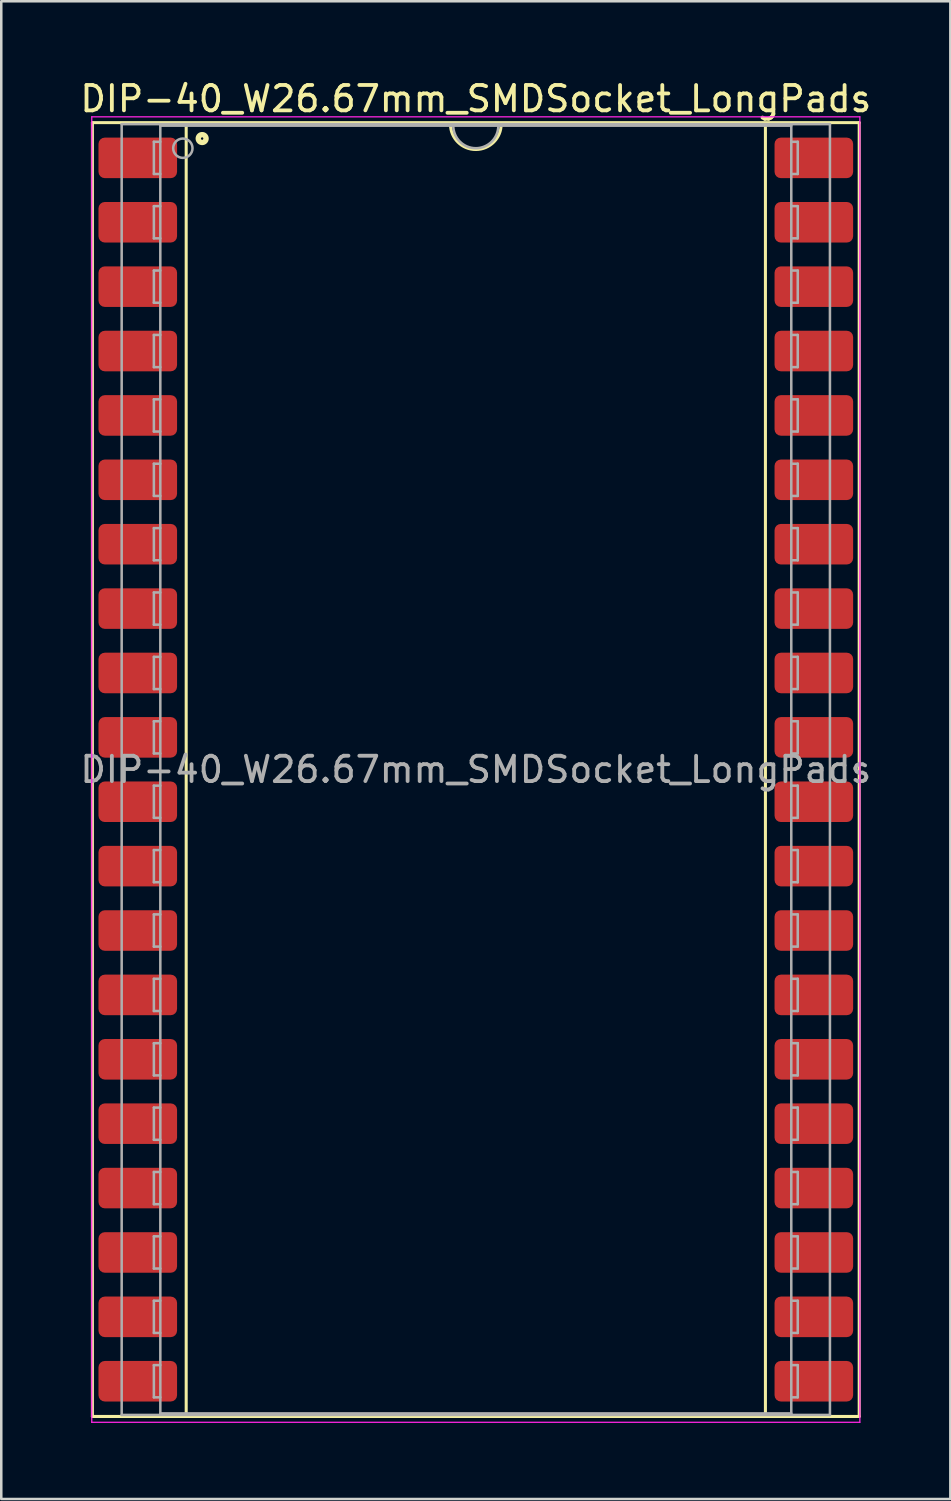
<source format=kicad_pcb>
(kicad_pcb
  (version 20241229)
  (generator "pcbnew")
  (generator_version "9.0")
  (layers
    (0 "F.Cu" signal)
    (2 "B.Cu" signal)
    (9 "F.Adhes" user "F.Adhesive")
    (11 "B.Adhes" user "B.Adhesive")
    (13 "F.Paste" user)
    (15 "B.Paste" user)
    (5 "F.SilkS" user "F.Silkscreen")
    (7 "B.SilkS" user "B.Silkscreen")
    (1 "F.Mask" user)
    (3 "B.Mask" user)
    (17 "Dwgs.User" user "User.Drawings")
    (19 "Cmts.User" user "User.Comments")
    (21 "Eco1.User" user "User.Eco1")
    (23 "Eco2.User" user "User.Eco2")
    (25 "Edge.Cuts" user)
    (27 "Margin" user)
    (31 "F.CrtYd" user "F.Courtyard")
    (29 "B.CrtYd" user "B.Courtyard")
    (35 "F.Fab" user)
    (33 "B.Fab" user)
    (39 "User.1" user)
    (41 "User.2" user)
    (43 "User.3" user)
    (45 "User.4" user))
  (footprint "DIP-40_W26.67mm_SMDSocket_LongPads"
    (layer "F.Cu")
    (at 15.72 27.308)
    (property "Reference" "DIP-40_W26.67mm_SMDSocket_LongPads" (at 0 -26.46 0) (layer "F.SilkS") (effects (font (size 1 1) (thickness 0.15))))
    (attr smd)
    (fp_line (start -15.125 -25.52) (end -15.125 25.52) (stroke (width 0.12) (type solid)) (layer "F.SilkS"))
    (fp_line (start -15.125 25.52) (end 15.125 25.52) (stroke (width 0.12) (type solid)) (layer "F.SilkS"))
    (fp_line (start -11.425 -25.46) (end -11.425 25.46) (stroke (width 0.12) (type solid)) (layer "F.SilkS"))
    (fp_line (start -11.425 25.46) (end 11.425 25.46) (stroke (width 0.12) (type solid)) (layer "F.SilkS"))
    (fp_line (start -1 -25.46) (end -11.425 -25.46) (stroke (width 0.12) (type solid)) (layer "F.SilkS"))
    (fp_line (start 11.425 -25.46) (end 1 -25.46) (stroke (width 0.12) (type solid)) (layer "F.SilkS"))
    (fp_line (start 11.425 25.46) (end 11.425 -25.46) (stroke (width 0.12) (type solid)) (layer "F.SilkS"))
    (fp_line (start 15.125 -25.52) (end -15.125 -25.52) (stroke (width 0.12) (type solid)) (layer "F.SilkS"))
    (fp_line (start 15.125 25.52) (end 15.125 -25.52) (stroke (width 0.12) (type solid)) (layer "F.SilkS"))
    (fp_arc (start 1 -25.46) (mid 0 -24.46) (end -1 -25.46) (stroke (width 0.12) (type solid)) (layer "F.SilkS"))
    (fp_circle (center -10.795 -24.892) (end -10.745 -24.892) (stroke (width 0.12) (type solid)) (fill no) (layer "F.SilkS"))
    (fp_circle (center -10.795 -24.892) (end -10.67 -24.892) (stroke (width 0.12) (type solid)) (fill no) (layer "F.SilkS"))
    (fp_circle (center -10.795 -24.892) (end -10.595 -24.892) (stroke (width 0.12) (type solid)) (fill no) (layer "F.SilkS"))
    (fp_line (start -15.15 -25.75) (end -15.15 25.75) (stroke (width 0.05) (type solid)) (layer "F.CrtYd"))
    (fp_line (start -15.15 25.75) (end 15.15 25.75) (stroke (width 0.05) (type solid)) (layer "F.CrtYd"))
    (fp_line (start 15.15 -25.75) (end -15.15 -25.75) (stroke (width 0.05) (type solid)) (layer "F.CrtYd"))
    (fp_line (start 15.15 25.75) (end 15.15 -25.75) (stroke (width 0.05) (type solid)) (layer "F.CrtYd"))
    (fp_line (start -13.97 -25.46) (end -13.97 25.46) (stroke (width 0.1) (type solid)) (layer "F.Fab"))
    (fp_line (start -13.97 25.46) (end 13.97 25.46) (stroke (width 0.1) (type solid)) (layer "F.Fab"))
    (fp_line (start -12.7 -24.765) (end -12.7 -23.495) (stroke (width 0.1) (type solid)) (layer "F.Fab"))
    (fp_line (start -12.7 -24.765) (end -12.446 -24.765) (stroke (width 0.1) (type solid)) (layer "F.Fab"))
    (fp_line (start -12.7 -23.495) (end -12.446 -23.495) (stroke (width 0.1) (type solid)) (layer "F.Fab"))
    (fp_line (start -12.7 -22.225) (end -12.7 -20.955) (stroke (width 0.1) (type solid)) (layer "F.Fab"))
    (fp_line (start -12.7 -22.225) (end -12.446 -22.225) (stroke (width 0.1) (type solid)) (layer "F.Fab"))
    (fp_line (start -12.7 -20.955) (end -12.446 -20.955) (stroke (width 0.1) (type solid)) (layer "F.Fab"))
    (fp_line (start -12.7 -19.685) (end -12.7 -18.415) (stroke (width 0.1) (type solid)) (layer "F.Fab"))
    (fp_line (start -12.7 -19.685) (end -12.446 -19.685) (stroke (width 0.1) (type solid)) (layer "F.Fab"))
    (fp_line (start -12.7 -18.415) (end -12.446 -18.415) (stroke (width 0.1) (type solid)) (layer "F.Fab"))
    (fp_line (start -12.7 -17.145) (end -12.7 -15.875) (stroke (width 0.1) (type solid)) (layer "F.Fab"))
    (fp_line (start -12.7 -17.145) (end -12.446 -17.145) (stroke (width 0.1) (type solid)) (layer "F.Fab"))
    (fp_line (start -12.7 -15.875) (end -12.446 -15.875) (stroke (width 0.1) (type solid)) (layer "F.Fab"))
    (fp_line (start -12.7 -14.605) (end -12.7 -13.335) (stroke (width 0.1) (type solid)) (layer "F.Fab"))
    (fp_line (start -12.7 -14.605) (end -12.446 -14.605) (stroke (width 0.1) (type solid)) (layer "F.Fab"))
    (fp_line (start -12.7 -13.335) (end -12.446 -13.335) (stroke (width 0.1) (type solid)) (layer "F.Fab"))
    (fp_line (start -12.7 -12.065) (end -12.7 -10.795) (stroke (width 0.1) (type solid)) (layer "F.Fab"))
    (fp_line (start -12.7 -12.065) (end -12.446 -12.065) (stroke (width 0.1) (type solid)) (layer "F.Fab"))
    (fp_line (start -12.7 -10.795) (end -12.446 -10.795) (stroke (width 0.1) (type solid)) (layer "F.Fab"))
    (fp_line (start -12.7 -9.525) (end -12.7 -8.255) (stroke (width 0.1) (type solid)) (layer "F.Fab"))
    (fp_line (start -12.7 -9.525) (end -12.446 -9.525) (stroke (width 0.1) (type solid)) (layer "F.Fab"))
    (fp_line (start -12.7 -8.255) (end -12.446 -8.255) (stroke (width 0.1) (type solid)) (layer "F.Fab"))
    (fp_line (start -12.7 -6.985) (end -12.7 -5.715) (stroke (width 0.1) (type solid)) (layer "F.Fab"))
    (fp_line (start -12.7 -6.985) (end -12.446 -6.985) (stroke (width 0.1) (type solid)) (layer "F.Fab"))
    (fp_line (start -12.7 -5.715) (end -12.446 -5.715) (stroke (width 0.1) (type solid)) (layer "F.Fab"))
    (fp_line (start -12.7 -4.445) (end -12.7 -3.175) (stroke (width 0.1) (type solid)) (layer "F.Fab"))
    (fp_line (start -12.7 -4.445) (end -12.446 -4.445) (stroke (width 0.1) (type solid)) (layer "F.Fab"))
    (fp_line (start -12.7 -3.175) (end -12.446 -3.175) (stroke (width 0.1) (type solid)) (layer "F.Fab"))
    (fp_line (start -12.7 -1.905) (end -12.7 -0.635) (stroke (width 0.1) (type solid)) (layer "F.Fab"))
    (fp_line (start -12.7 -1.905) (end -12.446 -1.905) (stroke (width 0.1) (type solid)) (layer "F.Fab"))
    (fp_line (start -12.7 -0.635) (end -12.446 -0.635) (stroke (width 0.1) (type solid)) (layer "F.Fab"))
    (fp_line (start -12.7 0.635) (end -12.7 1.905) (stroke (width 0.1) (type solid)) (layer "F.Fab"))
    (fp_line (start -12.7 0.635) (end -12.446 0.635) (stroke (width 0.1) (type solid)) (layer "F.Fab"))
    (fp_line (start -12.7 1.905) (end -12.446 1.905) (stroke (width 0.1) (type solid)) (layer "F.Fab"))
    (fp_line (start -12.7 3.175) (end -12.7 4.445) (stroke (width 0.1) (type solid)) (layer "F.Fab"))
    (fp_line (start -12.7 3.175) (end -12.446 3.175) (stroke (width 0.1) (type solid)) (layer "F.Fab"))
    (fp_line (start -12.7 4.445) (end -12.446 4.445) (stroke (width 0.1) (type solid)) (layer "F.Fab"))
    (fp_line (start -12.7 5.715) (end -12.7 6.985) (stroke (width 0.1) (type solid)) (layer "F.Fab"))
    (fp_line (start -12.7 5.715) (end -12.446 5.715) (stroke (width 0.1) (type solid)) (layer "F.Fab"))
    (fp_line (start -12.7 6.985) (end -12.446 6.985) (stroke (width 0.1) (type solid)) (layer "F.Fab"))
    (fp_line (start -12.7 8.255) (end -12.7 9.525) (stroke (width 0.1) (type solid)) (layer "F.Fab"))
    (fp_line (start -12.7 8.255) (end -12.446 8.255) (stroke (width 0.1) (type solid)) (layer "F.Fab"))
    (fp_line (start -12.7 9.525) (end -12.446 9.525) (stroke (width 0.1) (type solid)) (layer "F.Fab"))
    (fp_line (start -12.7 10.795) (end -12.7 12.065) (stroke (width 0.1) (type solid)) (layer "F.Fab"))
    (fp_line (start -12.7 10.795) (end -12.446 10.795) (stroke (width 0.1) (type solid)) (layer "F.Fab"))
    (fp_line (start -12.7 12.065) (end -12.446 12.065) (stroke (width 0.1) (type solid)) (layer "F.Fab"))
    (fp_line (start -12.7 13.335) (end -12.7 14.605) (stroke (width 0.1) (type solid)) (layer "F.Fab"))
    (fp_line (start -12.7 13.335) (end -12.446 13.335) (stroke (width 0.1) (type solid)) (layer "F.Fab"))
    (fp_line (start -12.7 14.605) (end -12.446 14.605) (stroke (width 0.1) (type solid)) (layer "F.Fab"))
    (fp_line (start -12.7 15.875) (end -12.7 17.145) (stroke (width 0.1) (type solid)) (layer "F.Fab"))
    (fp_line (start -12.7 15.875) (end -12.446 15.875) (stroke (width 0.1) (type solid)) (layer "F.Fab"))
    (fp_line (start -12.7 17.145) (end -12.446 17.145) (stroke (width 0.1) (type solid)) (layer "F.Fab"))
    (fp_line (start -12.7 18.415) (end -12.7 19.685) (stroke (width 0.1) (type solid)) (layer "F.Fab"))
    (fp_line (start -12.7 18.415) (end -12.446 18.415) (stroke (width 0.1) (type solid)) (layer "F.Fab"))
    (fp_line (start -12.7 19.685) (end -12.446 19.685) (stroke (width 0.1) (type solid)) (layer "F.Fab"))
    (fp_line (start -12.7 20.955) (end -12.7 22.225) (stroke (width 0.1) (type solid)) (layer "F.Fab"))
    (fp_line (start -12.7 20.955) (end -12.446 20.955) (stroke (width 0.1) (type solid)) (layer "F.Fab"))
    (fp_line (start -12.7 22.225) (end -12.446 22.225) (stroke (width 0.1) (type solid)) (layer "F.Fab"))
    (fp_line (start -12.7 23.495) (end -12.7 24.765) (stroke (width 0.1) (type solid)) (layer "F.Fab"))
    (fp_line (start -12.7 23.495) (end -12.446 23.495) (stroke (width 0.1) (type solid)) (layer "F.Fab"))
    (fp_line (start -12.7 24.765) (end -12.446 24.765) (stroke (width 0.1) (type solid)) (layer "F.Fab"))
    (fp_line (start -12.446 -25.4) (end 12.445 -25.4) (stroke (width 0.1) (type solid)) (layer "F.Fab"))
    (fp_line (start -12.445 25.4) (end -12.446 -25.4) (stroke (width 0.1) (type solid)) (layer "F.Fab"))
    (fp_line (start 12.445 -25.4) (end 12.445 25.4) (stroke (width 0.1) (type solid)) (layer "F.Fab"))
    (fp_line (start 12.445 25.4) (end -12.445 25.4) (stroke (width 0.1) (type solid)) (layer "F.Fab"))
    (fp_line (start 12.7 -24.765) (end 12.446 -24.765) (stroke (width 0.1) (type solid)) (layer "F.Fab"))
    (fp_line (start 12.7 -23.495) (end 12.446 -23.495) (stroke (width 0.1) (type solid)) (layer "F.Fab"))
    (fp_line (start 12.7 -23.495) (end 12.7 -24.765) (stroke (width 0.1) (type solid)) (layer "F.Fab"))
    (fp_line (start 12.7 -22.225) (end 12.446 -22.225) (stroke (width 0.1) (type solid)) (layer "F.Fab"))
    (fp_line (start 12.7 -20.955) (end 12.446 -20.955) (stroke (width 0.1) (type solid)) (layer "F.Fab"))
    (fp_line (start 12.7 -20.955) (end 12.7 -22.225) (stroke (width 0.1) (type solid)) (layer "F.Fab"))
    (fp_line (start 12.7 -19.685) (end 12.446 -19.685) (stroke (width 0.1) (type solid)) (layer "F.Fab"))
    (fp_line (start 12.7 -18.415) (end 12.446 -18.415) (stroke (width 0.1) (type solid)) (layer "F.Fab"))
    (fp_line (start 12.7 -18.415) (end 12.7 -19.685) (stroke (width 0.1) (type solid)) (layer "F.Fab"))
    (fp_line (start 12.7 -17.145) (end 12.446 -17.145) (stroke (width 0.1) (type solid)) (layer "F.Fab"))
    (fp_line (start 12.7 -15.875) (end 12.446 -15.875) (stroke (width 0.1) (type solid)) (layer "F.Fab"))
    (fp_line (start 12.7 -15.875) (end 12.7 -17.145) (stroke (width 0.1) (type solid)) (layer "F.Fab"))
    (fp_line (start 12.7 -14.605) (end 12.446 -14.605) (stroke (width 0.1) (type solid)) (layer "F.Fab"))
    (fp_line (start 12.7 -13.335) (end 12.446 -13.335) (stroke (width 0.1) (type solid)) (layer "F.Fab"))
    (fp_line (start 12.7 -13.335) (end 12.7 -14.605) (stroke (width 0.1) (type solid)) (layer "F.Fab"))
    (fp_line (start 12.7 -12.065) (end 12.446 -12.065) (stroke (width 0.1) (type solid)) (layer "F.Fab"))
    (fp_line (start 12.7 -10.795) (end 12.446 -10.795) (stroke (width 0.1) (type solid)) (layer "F.Fab"))
    (fp_line (start 12.7 -10.795) (end 12.7 -12.065) (stroke (width 0.1) (type solid)) (layer "F.Fab"))
    (fp_line (start 12.7 -9.525) (end 12.446 -9.525) (stroke (width 0.1) (type solid)) (layer "F.Fab"))
    (fp_line (start 12.7 -8.255) (end 12.446 -8.255) (stroke (width 0.1) (type solid)) (layer "F.Fab"))
    (fp_line (start 12.7 -8.255) (end 12.7 -9.525) (stroke (width 0.1) (type solid)) (layer "F.Fab"))
    (fp_line (start 12.7 -6.985) (end 12.446 -6.985) (stroke (width 0.1) (type solid)) (layer "F.Fab"))
    (fp_line (start 12.7 -5.715) (end 12.446 -5.715) (stroke (width 0.1) (type solid)) (layer "F.Fab"))
    (fp_line (start 12.7 -5.715) (end 12.7 -6.985) (stroke (width 0.1) (type solid)) (layer "F.Fab"))
    (fp_line (start 12.7 -4.445) (end 12.446 -4.445) (stroke (width 0.1) (type solid)) (layer "F.Fab"))
    (fp_line (start 12.7 -3.175) (end 12.446 -3.175) (stroke (width 0.1) (type solid)) (layer "F.Fab"))
    (fp_line (start 12.7 -3.175) (end 12.7 -4.445) (stroke (width 0.1) (type solid)) (layer "F.Fab"))
    (fp_line (start 12.7 -1.905) (end 12.446 -1.905) (stroke (width 0.1) (type solid)) (layer "F.Fab"))
    (fp_line (start 12.7 -0.635) (end 12.446 -0.635) (stroke (width 0.1) (type solid)) (layer "F.Fab"))
    (fp_line (start 12.7 -0.635) (end 12.7 -1.905) (stroke (width 0.1) (type solid)) (layer "F.Fab"))
    (fp_line (start 12.7 0.635) (end 12.446 0.635) (stroke (width 0.1) (type solid)) (layer "F.Fab"))
    (fp_line (start 12.7 1.905) (end 12.446 1.905) (stroke (width 0.1) (type solid)) (layer "F.Fab"))
    (fp_line (start 12.7 1.905) (end 12.7 0.635) (stroke (width 0.1) (type solid)) (layer "F.Fab"))
    (fp_line (start 12.7 3.175) (end 12.446 3.175) (stroke (width 0.1) (type solid)) (layer "F.Fab"))
    (fp_line (start 12.7 4.445) (end 12.446 4.445) (stroke (width 0.1) (type solid)) (layer "F.Fab"))
    (fp_line (start 12.7 4.445) (end 12.7 3.175) (stroke (width 0.1) (type solid)) (layer "F.Fab"))
    (fp_line (start 12.7 5.715) (end 12.446 5.715) (stroke (width 0.1) (type solid)) (layer "F.Fab"))
    (fp_line (start 12.7 6.985) (end 12.446 6.985) (stroke (width 0.1) (type solid)) (layer "F.Fab"))
    (fp_line (start 12.7 6.985) (end 12.7 5.715) (stroke (width 0.1) (type solid)) (layer "F.Fab"))
    (fp_line (start 12.7 8.255) (end 12.446 8.255) (stroke (width 0.1) (type solid)) (layer "F.Fab"))
    (fp_line (start 12.7 9.525) (end 12.446 9.525) (stroke (width 0.1) (type solid)) (layer "F.Fab"))
    (fp_line (start 12.7 9.525) (end 12.7 8.255) (stroke (width 0.1) (type solid)) (layer "F.Fab"))
    (fp_line (start 12.7 10.795) (end 12.446 10.795) (stroke (width 0.1) (type solid)) (layer "F.Fab"))
    (fp_line (start 12.7 12.065) (end 12.446 12.065) (stroke (width 0.1) (type solid)) (layer "F.Fab"))
    (fp_line (start 12.7 12.065) (end 12.7 10.795) (stroke (width 0.1) (type solid)) (layer "F.Fab"))
    (fp_line (start 12.7 13.335) (end 12.446 13.335) (stroke (width 0.1) (type solid)) (layer "F.Fab"))
    (fp_line (start 12.7 14.605) (end 12.446 14.605) (stroke (width 0.1) (type solid)) (layer "F.Fab"))
    (fp_line (start 12.7 14.605) (end 12.7 13.335) (stroke (width 0.1) (type solid)) (layer "F.Fab"))
    (fp_line (start 12.7 15.875) (end 12.446 15.875) (stroke (width 0.1) (type solid)) (layer "F.Fab"))
    (fp_line (start 12.7 17.145) (end 12.446 17.145) (stroke (width 0.1) (type solid)) (layer "F.Fab"))
    (fp_line (start 12.7 17.145) (end 12.7 15.875) (stroke (width 0.1) (type solid)) (layer "F.Fab"))
    (fp_line (start 12.7 18.415) (end 12.446 18.415) (stroke (width 0.1) (type solid)) (layer "F.Fab"))
    (fp_line (start 12.7 19.685) (end 12.446 19.685) (stroke (width 0.1) (type solid)) (layer "F.Fab"))
    (fp_line (start 12.7 19.685) (end 12.7 18.415) (stroke (width 0.1) (type solid)) (layer "F.Fab"))
    (fp_line (start 12.7 20.955) (end 12.446 20.955) (stroke (width 0.1) (type solid)) (layer "F.Fab"))
    (fp_line (start 12.7 22.225) (end 12.446 22.225) (stroke (width 0.1) (type solid)) (layer "F.Fab"))
    (fp_line (start 12.7 22.225) (end 12.7 20.955) (stroke (width 0.1) (type solid)) (layer "F.Fab"))
    (fp_line (start 12.7 23.495) (end 12.446 23.495) (stroke (width 0.1) (type solid)) (layer "F.Fab"))
    (fp_line (start 12.7 24.765) (end 12.446 24.765) (stroke (width 0.1) (type solid)) (layer "F.Fab"))
    (fp_line (start 12.7 24.765) (end 12.7 23.495) (stroke (width 0.1) (type solid)) (layer "F.Fab"))
    (fp_line (start 13.97 -25.46) (end -13.97 -25.46) (stroke (width 0.1) (type solid)) (layer "F.Fab"))
    (fp_line (start 13.97 25.46) (end 13.97 -25.46) (stroke (width 0.1) (type solid)) (layer "F.Fab"))
    (fp_arc (start 0.889 -25.4) (mid 0 -24.511) (end -0.889 -25.4) (stroke (width 0.1) (type solid)) (layer "F.Fab"))
    (fp_circle (center -11.557 -24.511) (end -11.176 -24.511) (stroke (width 0.1) (type solid)) (fill no) (layer "F.Fab"))
    (fp_text user "${REFERENCE}" (at 0 0 0) (layer "F.Fab") (effects (font (size 1 1) (thickness 0.15))))
    (pad "1" smd roundrect (at -13.335 -24.13) (size 3.1 1.6) (layers "F.Cu" "F.Mask" "F.Paste") (roundrect_rratio 0.156))
    (pad "2" smd roundrect (at -13.335 -21.59) (size 3.1 1.6) (layers "F.Cu" "F.Mask" "F.Paste") (roundrect_rratio 0.156))
    (pad "3" smd roundrect (at -13.335 -19.05) (size 3.1 1.6) (layers "F.Cu" "F.Mask" "F.Paste") (roundrect_rratio 0.156))
    (pad "4" smd roundrect (at -13.335 -16.51) (size 3.1 1.6) (layers "F.Cu" "F.Mask" "F.Paste") (roundrect_rratio 0.156))
    (pad "5" smd roundrect (at -13.335 -13.97) (size 3.1 1.6) (layers "F.Cu" "F.Mask" "F.Paste") (roundrect_rratio 0.156))
    (pad "6" smd roundrect (at -13.335 -11.43) (size 3.1 1.6) (layers "F.Cu" "F.Mask" "F.Paste") (roundrect_rratio 0.156))
    (pad "7" smd roundrect (at -13.335 -8.89) (size 3.1 1.6) (layers "F.Cu" "F.Mask" "F.Paste") (roundrect_rratio 0.156))
    (pad "8" smd roundrect (at -13.335 -6.35) (size 3.1 1.6) (layers "F.Cu" "F.Mask" "F.Paste") (roundrect_rratio 0.156))
    (pad "9" smd roundrect (at -13.335 -3.81) (size 3.1 1.6) (layers "F.Cu" "F.Mask" "F.Paste") (roundrect_rratio 0.156))
    (pad "10" smd roundrect (at -13.335 -1.27) (size 3.1 1.6) (layers "F.Cu" "F.Mask" "F.Paste") (roundrect_rratio 0.156))
    (pad "11" smd roundrect (at -13.335 1.27) (size 3.1 1.6) (layers "F.Cu" "F.Mask" "F.Paste") (roundrect_rratio 0.156))
    (pad "12" smd roundrect (at -13.335 3.81) (size 3.1 1.6) (layers "F.Cu" "F.Mask" "F.Paste") (roundrect_rratio 0.156))
    (pad "13" smd roundrect (at -13.335 6.35) (size 3.1 1.6) (layers "F.Cu" "F.Mask" "F.Paste") (roundrect_rratio 0.156))
    (pad "14" smd roundrect (at -13.335 8.89) (size 3.1 1.6) (layers "F.Cu" "F.Mask" "F.Paste") (roundrect_rratio 0.156))
    (pad "15" smd roundrect (at -13.335 11.43) (size 3.1 1.6) (layers "F.Cu" "F.Mask" "F.Paste") (roundrect_rratio 0.156))
    (pad "16" smd roundrect (at -13.335 13.97) (size 3.1 1.6) (layers "F.Cu" "F.Mask" "F.Paste") (roundrect_rratio 0.156))
    (pad "17" smd roundrect (at -13.335 16.51) (size 3.1 1.6) (layers "F.Cu" "F.Mask" "F.Paste") (roundrect_rratio 0.156))
    (pad "18" smd roundrect (at -13.335 19.05) (size 3.1 1.6) (layers "F.Cu" "F.Mask" "F.Paste") (roundrect_rratio 0.156))
    (pad "19" smd roundrect (at -13.335 21.59) (size 3.1 1.6) (layers "F.Cu" "F.Mask" "F.Paste") (roundrect_rratio 0.156))
    (pad "20" smd roundrect (at -13.335 24.13) (size 3.1 1.6) (layers "F.Cu" "F.Mask" "F.Paste") (roundrect_rratio 0.156))
    (pad "21" smd roundrect (at 13.335 24.13) (size 3.1 1.6) (layers "F.Cu" "F.Mask" "F.Paste") (roundrect_rratio 0.156))
    (pad "22" smd roundrect (at 13.335 21.59) (size 3.1 1.6) (layers "F.Cu" "F.Mask" "F.Paste") (roundrect_rratio 0.156))
    (pad "23" smd roundrect (at 13.335 19.05) (size 3.1 1.6) (layers "F.Cu" "F.Mask" "F.Paste") (roundrect_rratio 0.156))
    (pad "24" smd roundrect (at 13.335 16.51) (size 3.1 1.6) (layers "F.Cu" "F.Mask" "F.Paste") (roundrect_rratio 0.156))
    (pad "25" smd roundrect (at 13.335 13.97) (size 3.1 1.6) (layers "F.Cu" "F.Mask" "F.Paste") (roundrect_rratio 0.156))
    (pad "26" smd roundrect (at 13.335 11.43) (size 3.1 1.6) (layers "F.Cu" "F.Mask" "F.Paste") (roundrect_rratio 0.156))
    (pad "27" smd roundrect (at 13.335 8.89) (size 3.1 1.6) (layers "F.Cu" "F.Mask" "F.Paste") (roundrect_rratio 0.156))
    (pad "28" smd roundrect (at 13.335 6.35) (size 3.1 1.6) (layers "F.Cu" "F.Mask" "F.Paste") (roundrect_rratio 0.156))
    (pad "29" smd roundrect (at 13.335 3.81) (size 3.1 1.6) (layers "F.Cu" "F.Mask" "F.Paste") (roundrect_rratio 0.156))
    (pad "30" smd roundrect (at 13.335 1.27) (size 3.1 1.6) (layers "F.Cu" "F.Mask" "F.Paste") (roundrect_rratio 0.156))
    (pad "31" smd roundrect (at 13.335 -1.27) (size 3.1 1.6) (layers "F.Cu" "F.Mask" "F.Paste") (roundrect_rratio 0.156))
    (pad "32" smd roundrect (at 13.335 -3.81) (size 3.1 1.6) (layers "F.Cu" "F.Mask" "F.Paste") (roundrect_rratio 0.156))
    (pad "33" smd roundrect (at 13.335 -6.35) (size 3.1 1.6) (layers "F.Cu" "F.Mask" "F.Paste") (roundrect_rratio 0.156))
    (pad "34" smd roundrect (at 13.335 -8.89) (size 3.1 1.6) (layers "F.Cu" "F.Mask" "F.Paste") (roundrect_rratio 0.156))
    (pad "35" smd roundrect (at 13.335 -11.43) (size 3.1 1.6) (layers "F.Cu" "F.Mask" "F.Paste") (roundrect_rratio 0.156))
    (pad "36" smd roundrect (at 13.335 -13.97) (size 3.1 1.6) (layers "F.Cu" "F.Mask" "F.Paste") (roundrect_rratio 0.156))
    (pad "37" smd roundrect (at 13.335 -16.51) (size 3.1 1.6) (layers "F.Cu" "F.Mask" "F.Paste") (roundrect_rratio 0.156))
    (pad "38" smd roundrect (at 13.335 -19.05) (size 3.1 1.6) (layers "F.Cu" "F.Mask" "F.Paste") (roundrect_rratio 0.156))
    (pad "39" smd roundrect (at 13.335 -21.59) (size 3.1 1.6) (layers "F.Cu" "F.Mask" "F.Paste") (roundrect_rratio 0.156))
    (pad "40" smd roundrect (at 13.335 -24.13) (size 3.1 1.6) (layers "F.Cu" "F.Mask" "F.Paste") (roundrect_rratio 0.156)))
  (gr_rect
    (start -3 -3)
    (end 34.44 56.083)
    (stroke (width 0.1) (type default))
    (fill no)
    (layer "Edge.Cuts")))
</source>
